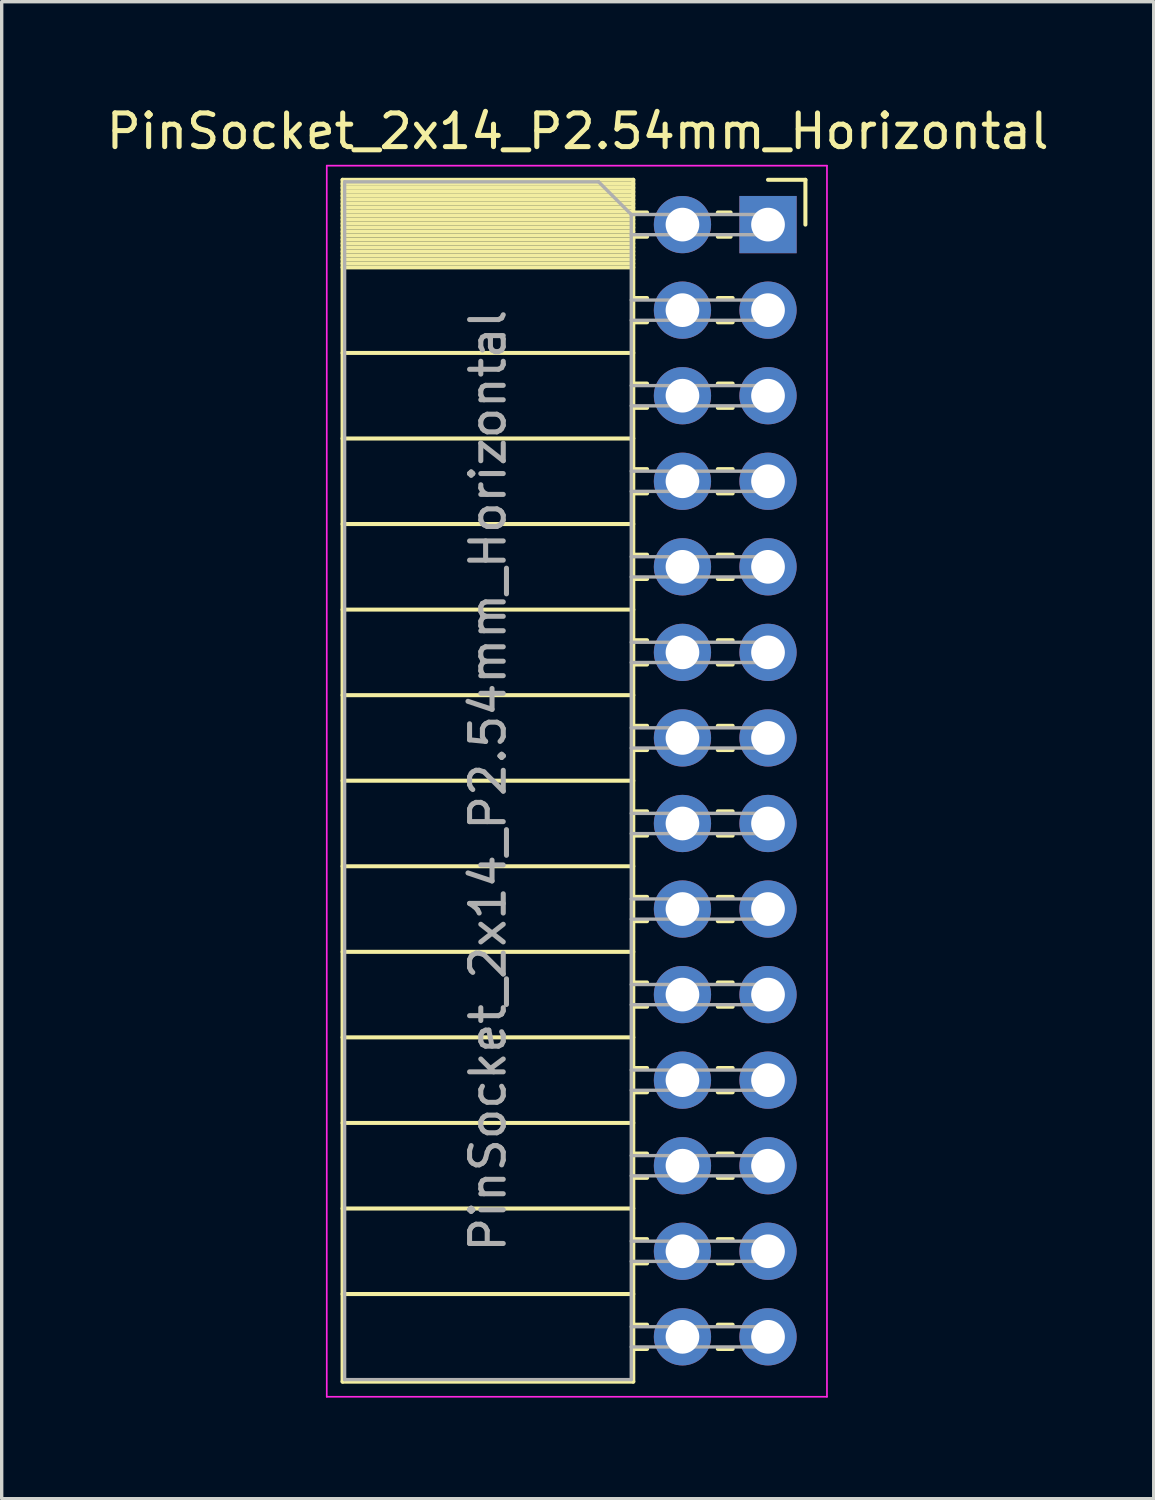
<source format=kicad_pcb>
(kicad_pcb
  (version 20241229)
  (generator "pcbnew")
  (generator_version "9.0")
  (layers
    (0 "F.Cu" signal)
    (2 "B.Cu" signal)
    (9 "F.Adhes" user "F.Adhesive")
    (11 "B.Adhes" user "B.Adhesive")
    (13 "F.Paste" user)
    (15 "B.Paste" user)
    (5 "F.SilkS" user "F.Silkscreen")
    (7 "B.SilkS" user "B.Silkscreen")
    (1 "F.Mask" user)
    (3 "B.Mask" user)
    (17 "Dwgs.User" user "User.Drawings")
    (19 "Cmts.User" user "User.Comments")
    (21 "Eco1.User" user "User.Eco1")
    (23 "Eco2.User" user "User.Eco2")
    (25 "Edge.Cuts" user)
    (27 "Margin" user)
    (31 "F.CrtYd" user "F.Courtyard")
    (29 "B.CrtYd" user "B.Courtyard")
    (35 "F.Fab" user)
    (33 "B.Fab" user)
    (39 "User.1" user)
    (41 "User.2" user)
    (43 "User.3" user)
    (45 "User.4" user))
  (footprint "PinSocket_2x14_P2.54mm_Horizontal"
    (layer "F.Cu")
    (at 19.751 3.618)
    (property "Reference" "PinSocket_2x14_P2.54mm_Horizontal" (at -5.65 -2.77 0) (layer "F.SilkS") (effects (font (size 1 1) (thickness 0.15))))
    (attr through_hole)
    (fp_line (start -12.63 -1.33) (end -12.63 34.35) (stroke (width 0.12) (type solid)) (layer "F.SilkS"))
    (fp_line (start -12.63 -1.33) (end -4 -1.33) (stroke (width 0.12) (type solid)) (layer "F.SilkS"))
    (fp_line (start -12.63 -1.21) (end -4 -1.21) (stroke (width 0.12) (type solid)) (layer "F.SilkS"))
    (fp_line (start -12.63 -1.092) (end -4 -1.092) (stroke (width 0.12) (type solid)) (layer "F.SilkS"))
    (fp_line (start -12.63 -0.974) (end -4 -0.974) (stroke (width 0.12) (type solid)) (layer "F.SilkS"))
    (fp_line (start -12.63 -0.856) (end -4 -0.856) (stroke (width 0.12) (type solid)) (layer "F.SilkS"))
    (fp_line (start -12.63 -0.738) (end -4 -0.738) (stroke (width 0.12) (type solid)) (layer "F.SilkS"))
    (fp_line (start -12.63 -0.62) (end -4 -0.62) (stroke (width 0.12) (type solid)) (layer "F.SilkS"))
    (fp_line (start -12.63 -0.501) (end -4 -0.501) (stroke (width 0.12) (type solid)) (layer "F.SilkS"))
    (fp_line (start -12.63 -0.383) (end -4 -0.383) (stroke (width 0.12) (type solid)) (layer "F.SilkS"))
    (fp_line (start -12.63 -0.265) (end -4 -0.265) (stroke (width 0.12) (type solid)) (layer "F.SilkS"))
    (fp_line (start -12.63 -0.147) (end -4 -0.147) (stroke (width 0.12) (type solid)) (layer "F.SilkS"))
    (fp_line (start -12.63 -0.029) (end -4 -0.029) (stroke (width 0.12) (type solid)) (layer "F.SilkS"))
    (fp_line (start -12.63 0.089) (end -4 0.089) (stroke (width 0.12) (type solid)) (layer "F.SilkS"))
    (fp_line (start -12.63 0.207) (end -4 0.207) (stroke (width 0.12) (type solid)) (layer "F.SilkS"))
    (fp_line (start -12.63 0.325) (end -4 0.325) (stroke (width 0.12) (type solid)) (layer "F.SilkS"))
    (fp_line (start -12.63 0.443) (end -4 0.443) (stroke (width 0.12) (type solid)) (layer "F.SilkS"))
    (fp_line (start -12.63 0.561) (end -4 0.561) (stroke (width 0.12) (type solid)) (layer "F.SilkS"))
    (fp_line (start -12.63 0.68) (end -4 0.68) (stroke (width 0.12) (type solid)) (layer "F.SilkS"))
    (fp_line (start -12.63 0.798) (end -4 0.798) (stroke (width 0.12) (type solid)) (layer "F.SilkS"))
    (fp_line (start -12.63 0.916) (end -4 0.916) (stroke (width 0.12) (type solid)) (layer "F.SilkS"))
    (fp_line (start -12.63 1.034) (end -4 1.034) (stroke (width 0.12) (type solid)) (layer "F.SilkS"))
    (fp_line (start -12.63 1.152) (end -4 1.152) (stroke (width 0.12) (type solid)) (layer "F.SilkS"))
    (fp_line (start -12.63 1.27) (end -4 1.27) (stroke (width 0.12) (type solid)) (layer "F.SilkS"))
    (fp_line (start -12.63 3.81) (end -4 3.81) (stroke (width 0.12) (type solid)) (layer "F.SilkS"))
    (fp_line (start -12.63 6.35) (end -4 6.35) (stroke (width 0.12) (type solid)) (layer "F.SilkS"))
    (fp_line (start -12.63 8.89) (end -4 8.89) (stroke (width 0.12) (type solid)) (layer "F.SilkS"))
    (fp_line (start -12.63 11.43) (end -4 11.43) (stroke (width 0.12) (type solid)) (layer "F.SilkS"))
    (fp_line (start -12.63 13.97) (end -4 13.97) (stroke (width 0.12) (type solid)) (layer "F.SilkS"))
    (fp_line (start -12.63 16.51) (end -4 16.51) (stroke (width 0.12) (type solid)) (layer "F.SilkS"))
    (fp_line (start -12.63 19.05) (end -4 19.05) (stroke (width 0.12) (type solid)) (layer "F.SilkS"))
    (fp_line (start -12.63 21.59) (end -4 21.59) (stroke (width 0.12) (type solid)) (layer "F.SilkS"))
    (fp_line (start -12.63 24.13) (end -4 24.13) (stroke (width 0.12) (type solid)) (layer "F.SilkS"))
    (fp_line (start -12.63 26.67) (end -4 26.67) (stroke (width 0.12) (type solid)) (layer "F.SilkS"))
    (fp_line (start -12.63 29.21) (end -4 29.21) (stroke (width 0.12) (type solid)) (layer "F.SilkS"))
    (fp_line (start -12.63 31.75) (end -4 31.75) (stroke (width 0.12) (type solid)) (layer "F.SilkS"))
    (fp_line (start -12.63 34.35) (end -4 34.35) (stroke (width 0.12) (type solid)) (layer "F.SilkS"))
    (fp_line (start -4 -1.33) (end -4 34.35) (stroke (width 0.12) (type solid)) (layer "F.SilkS"))
    (fp_line (start -4 -0.36) (end -3.59 -0.36) (stroke (width 0.12) (type solid)) (layer "F.SilkS"))
    (fp_line (start -4 0.36) (end -3.59 0.36) (stroke (width 0.12) (type solid)) (layer "F.SilkS"))
    (fp_line (start -4 2.18) (end -3.59 2.18) (stroke (width 0.12) (type solid)) (layer "F.SilkS"))
    (fp_line (start -4 2.9) (end -3.59 2.9) (stroke (width 0.12) (type solid)) (layer "F.SilkS"))
    (fp_line (start -4 4.72) (end -3.59 4.72) (stroke (width 0.12) (type solid)) (layer "F.SilkS"))
    (fp_line (start -4 5.44) (end -3.59 5.44) (stroke (width 0.12) (type solid)) (layer "F.SilkS"))
    (fp_line (start -4 7.26) (end -3.59 7.26) (stroke (width 0.12) (type solid)) (layer "F.SilkS"))
    (fp_line (start -4 7.98) (end -3.59 7.98) (stroke (width 0.12) (type solid)) (layer "F.SilkS"))
    (fp_line (start -4 9.8) (end -3.59 9.8) (stroke (width 0.12) (type solid)) (layer "F.SilkS"))
    (fp_line (start -4 10.52) (end -3.59 10.52) (stroke (width 0.12) (type solid)) (layer "F.SilkS"))
    (fp_line (start -4 12.34) (end -3.59 12.34) (stroke (width 0.12) (type solid)) (layer "F.SilkS"))
    (fp_line (start -4 13.06) (end -3.59 13.06) (stroke (width 0.12) (type solid)) (layer "F.SilkS"))
    (fp_line (start -4 14.88) (end -3.59 14.88) (stroke (width 0.12) (type solid)) (layer "F.SilkS"))
    (fp_line (start -4 15.6) (end -3.59 15.6) (stroke (width 0.12) (type solid)) (layer "F.SilkS"))
    (fp_line (start -4 17.42) (end -3.59 17.42) (stroke (width 0.12) (type solid)) (layer "F.SilkS"))
    (fp_line (start -4 18.14) (end -3.59 18.14) (stroke (width 0.12) (type solid)) (layer "F.SilkS"))
    (fp_line (start -4 19.96) (end -3.59 19.96) (stroke (width 0.12) (type solid)) (layer "F.SilkS"))
    (fp_line (start -4 20.68) (end -3.59 20.68) (stroke (width 0.12) (type solid)) (layer "F.SilkS"))
    (fp_line (start -4 22.5) (end -3.59 22.5) (stroke (width 0.12) (type solid)) (layer "F.SilkS"))
    (fp_line (start -4 23.22) (end -3.59 23.22) (stroke (width 0.12) (type solid)) (layer "F.SilkS"))
    (fp_line (start -4 25.04) (end -3.59 25.04) (stroke (width 0.12) (type solid)) (layer "F.SilkS"))
    (fp_line (start -4 25.76) (end -3.59 25.76) (stroke (width 0.12) (type solid)) (layer "F.SilkS"))
    (fp_line (start -4 27.58) (end -3.59 27.58) (stroke (width 0.12) (type solid)) (layer "F.SilkS"))
    (fp_line (start -4 28.3) (end -3.59 28.3) (stroke (width 0.12) (type solid)) (layer "F.SilkS"))
    (fp_line (start -4 30.12) (end -3.59 30.12) (stroke (width 0.12) (type solid)) (layer "F.SilkS"))
    (fp_line (start -4 30.84) (end -3.59 30.84) (stroke (width 0.12) (type solid)) (layer "F.SilkS"))
    (fp_line (start -4 32.66) (end -3.59 32.66) (stroke (width 0.12) (type solid)) (layer "F.SilkS"))
    (fp_line (start -4 33.38) (end -3.59 33.38) (stroke (width 0.12) (type solid)) (layer "F.SilkS"))
    (fp_line (start -1.49 -0.36) (end -1.11 -0.36) (stroke (width 0.12) (type solid)) (layer "F.SilkS"))
    (fp_line (start -1.49 0.36) (end -1.11 0.36) (stroke (width 0.12) (type solid)) (layer "F.SilkS"))
    (fp_line (start -1.49 2.18) (end -1.05 2.18) (stroke (width 0.12) (type solid)) (layer "F.SilkS"))
    (fp_line (start -1.49 2.9) (end -1.05 2.9) (stroke (width 0.12) (type solid)) (layer "F.SilkS"))
    (fp_line (start -1.49 4.72) (end -1.05 4.72) (stroke (width 0.12) (type solid)) (layer "F.SilkS"))
    (fp_line (start -1.49 5.44) (end -1.05 5.44) (stroke (width 0.12) (type solid)) (layer "F.SilkS"))
    (fp_line (start -1.49 7.26) (end -1.05 7.26) (stroke (width 0.12) (type solid)) (layer "F.SilkS"))
    (fp_line (start -1.49 7.98) (end -1.05 7.98) (stroke (width 0.12) (type solid)) (layer "F.SilkS"))
    (fp_line (start -1.49 9.8) (end -1.05 9.8) (stroke (width 0.12) (type solid)) (layer "F.SilkS"))
    (fp_line (start -1.49 10.52) (end -1.05 10.52) (stroke (width 0.12) (type solid)) (layer "F.SilkS"))
    (fp_line (start -1.49 12.34) (end -1.05 12.34) (stroke (width 0.12) (type solid)) (layer "F.SilkS"))
    (fp_line (start -1.49 13.06) (end -1.05 13.06) (stroke (width 0.12) (type solid)) (layer "F.SilkS"))
    (fp_line (start -1.49 14.88) (end -1.05 14.88) (stroke (width 0.12) (type solid)) (layer "F.SilkS"))
    (fp_line (start -1.49 15.6) (end -1.05 15.6) (stroke (width 0.12) (type solid)) (layer "F.SilkS"))
    (fp_line (start -1.49 17.42) (end -1.05 17.42) (stroke (width 0.12) (type solid)) (layer "F.SilkS"))
    (fp_line (start -1.49 18.14) (end -1.05 18.14) (stroke (width 0.12) (type solid)) (layer "F.SilkS"))
    (fp_line (start -1.49 19.96) (end -1.05 19.96) (stroke (width 0.12) (type solid)) (layer "F.SilkS"))
    (fp_line (start -1.49 20.68) (end -1.05 20.68) (stroke (width 0.12) (type solid)) (layer "F.SilkS"))
    (fp_line (start -1.49 22.5) (end -1.05 22.5) (stroke (width 0.12) (type solid)) (layer "F.SilkS"))
    (fp_line (start -1.49 23.22) (end -1.05 23.22) (stroke (width 0.12) (type solid)) (layer "F.SilkS"))
    (fp_line (start -1.49 25.04) (end -1.05 25.04) (stroke (width 0.12) (type solid)) (layer "F.SilkS"))
    (fp_line (start -1.49 25.76) (end -1.05 25.76) (stroke (width 0.12) (type solid)) (layer "F.SilkS"))
    (fp_line (start -1.49 27.58) (end -1.05 27.58) (stroke (width 0.12) (type solid)) (layer "F.SilkS"))
    (fp_line (start -1.49 28.3) (end -1.05 28.3) (stroke (width 0.12) (type solid)) (layer "F.SilkS"))
    (fp_line (start -1.49 30.12) (end -1.05 30.12) (stroke (width 0.12) (type solid)) (layer "F.SilkS"))
    (fp_line (start -1.49 30.84) (end -1.05 30.84) (stroke (width 0.12) (type solid)) (layer "F.SilkS"))
    (fp_line (start -1.49 32.66) (end -1.05 32.66) (stroke (width 0.12) (type solid)) (layer "F.SilkS"))
    (fp_line (start -1.49 33.38) (end -1.05 33.38) (stroke (width 0.12) (type solid)) (layer "F.SilkS"))
    (fp_line (start 0 -1.33) (end 1.11 -1.33) (stroke (width 0.12) (type solid)) (layer "F.SilkS"))
    (fp_line (start 1.11 -1.33) (end 1.11 0) (stroke (width 0.12) (type solid)) (layer "F.SilkS"))
    (fp_line (start -13.1 -1.75) (end -13.1 34.8) (stroke (width 0.05) (type solid)) (layer "F.CrtYd"))
    (fp_line (start -13.1 34.8) (end 1.75 34.8) (stroke (width 0.05) (type solid)) (layer "F.CrtYd"))
    (fp_line (start 1.75 -1.75) (end -13.1 -1.75) (stroke (width 0.05) (type solid)) (layer "F.CrtYd"))
    (fp_line (start 1.75 34.8) (end 1.75 -1.75) (stroke (width 0.05) (type solid)) (layer "F.CrtYd"))
    (fp_line (start -12.57 -1.27) (end -5.03 -1.27) (stroke (width 0.1) (type solid)) (layer "F.Fab"))
    (fp_line (start -12.57 34.29) (end -12.57 -1.27) (stroke (width 0.1) (type solid)) (layer "F.Fab"))
    (fp_line (start -5.03 -1.27) (end -4.06 -0.3) (stroke (width 0.1) (type solid)) (layer "F.Fab"))
    (fp_line (start -4.06 -0.3) (end -4.06 34.29) (stroke (width 0.1) (type solid)) (layer "F.Fab"))
    (fp_line (start -4.06 0.3) (end 0 0.3) (stroke (width 0.1) (type solid)) (layer "F.Fab"))
    (fp_line (start -4.06 2.84) (end 0 2.84) (stroke (width 0.1) (type solid)) (layer "F.Fab"))
    (fp_line (start -4.06 5.38) (end 0 5.38) (stroke (width 0.1) (type solid)) (layer "F.Fab"))
    (fp_line (start -4.06 7.92) (end 0 7.92) (stroke (width 0.1) (type solid)) (layer "F.Fab"))
    (fp_line (start -4.06 10.46) (end 0 10.46) (stroke (width 0.1) (type solid)) (layer "F.Fab"))
    (fp_line (start -4.06 13) (end 0 13) (stroke (width 0.1) (type solid)) (layer "F.Fab"))
    (fp_line (start -4.06 15.54) (end 0 15.54) (stroke (width 0.1) (type solid)) (layer "F.Fab"))
    (fp_line (start -4.06 18.08) (end 0 18.08) (stroke (width 0.1) (type solid)) (layer "F.Fab"))
    (fp_line (start -4.06 20.62) (end 0 20.62) (stroke (width 0.1) (type solid)) (layer "F.Fab"))
    (fp_line (start -4.06 23.16) (end 0 23.16) (stroke (width 0.1) (type solid)) (layer "F.Fab"))
    (fp_line (start -4.06 25.7) (end 0 25.7) (stroke (width 0.1) (type solid)) (layer "F.Fab"))
    (fp_line (start -4.06 28.24) (end 0 28.24) (stroke (width 0.1) (type solid)) (layer "F.Fab"))
    (fp_line (start -4.06 30.78) (end 0 30.78) (stroke (width 0.1) (type solid)) (layer "F.Fab"))
    (fp_line (start -4.06 33.32) (end 0 33.32) (stroke (width 0.1) (type solid)) (layer "F.Fab"))
    (fp_line (start -4.06 34.29) (end -12.57 34.29) (stroke (width 0.1) (type solid)) (layer "F.Fab"))
    (fp_line (start 0 -0.3) (end -4.06 -0.3) (stroke (width 0.1) (type solid)) (layer "F.Fab"))
    (fp_line (start 0 0.3) (end 0 -0.3) (stroke (width 0.1) (type solid)) (layer "F.Fab"))
    (fp_line (start 0 2.24) (end -4.06 2.24) (stroke (width 0.1) (type solid)) (layer "F.Fab"))
    (fp_line (start 0 2.84) (end 0 2.24) (stroke (width 0.1) (type solid)) (layer "F.Fab"))
    (fp_line (start 0 4.78) (end -4.06 4.78) (stroke (width 0.1) (type solid)) (layer "F.Fab"))
    (fp_line (start 0 5.38) (end 0 4.78) (stroke (width 0.1) (type solid)) (layer "F.Fab"))
    (fp_line (start 0 7.32) (end -4.06 7.32) (stroke (width 0.1) (type solid)) (layer "F.Fab"))
    (fp_line (start 0 7.92) (end 0 7.32) (stroke (width 0.1) (type solid)) (layer "F.Fab"))
    (fp_line (start 0 9.86) (end -4.06 9.86) (stroke (width 0.1) (type solid)) (layer "F.Fab"))
    (fp_line (start 0 10.46) (end 0 9.86) (stroke (width 0.1) (type solid)) (layer "F.Fab"))
    (fp_line (start 0 12.4) (end -4.06 12.4) (stroke (width 0.1) (type solid)) (layer "F.Fab"))
    (fp_line (start 0 13) (end 0 12.4) (stroke (width 0.1) (type solid)) (layer "F.Fab"))
    (fp_line (start 0 14.94) (end -4.06 14.94) (stroke (width 0.1) (type solid)) (layer "F.Fab"))
    (fp_line (start 0 15.54) (end 0 14.94) (stroke (width 0.1) (type solid)) (layer "F.Fab"))
    (fp_line (start 0 17.48) (end -4.06 17.48) (stroke (width 0.1) (type solid)) (layer "F.Fab"))
    (fp_line (start 0 18.08) (end 0 17.48) (stroke (width 0.1) (type solid)) (layer "F.Fab"))
    (fp_line (start 0 20.02) (end -4.06 20.02) (stroke (width 0.1) (type solid)) (layer "F.Fab"))
    (fp_line (start 0 20.62) (end 0 20.02) (stroke (width 0.1) (type solid)) (layer "F.Fab"))
    (fp_line (start 0 22.56) (end -4.06 22.56) (stroke (width 0.1) (type solid)) (layer "F.Fab"))
    (fp_line (start 0 23.16) (end 0 22.56) (stroke (width 0.1) (type solid)) (layer "F.Fab"))
    (fp_line (start 0 25.1) (end -4.06 25.1) (stroke (width 0.1) (type solid)) (layer "F.Fab"))
    (fp_line (start 0 25.7) (end 0 25.1) (stroke (width 0.1) (type solid)) (layer "F.Fab"))
    (fp_line (start 0 27.64) (end -4.06 27.64) (stroke (width 0.1) (type solid)) (layer "F.Fab"))
    (fp_line (start 0 28.24) (end 0 27.64) (stroke (width 0.1) (type solid)) (layer "F.Fab"))
    (fp_line (start 0 30.18) (end -4.06 30.18) (stroke (width 0.1) (type solid)) (layer "F.Fab"))
    (fp_line (start 0 30.78) (end 0 30.18) (stroke (width 0.1) (type solid)) (layer "F.Fab"))
    (fp_line (start 0 32.72) (end -4.06 32.72) (stroke (width 0.1) (type solid)) (layer "F.Fab"))
    (fp_line (start 0 33.32) (end 0 32.72) (stroke (width 0.1) (type solid)) (layer "F.Fab"))
    (fp_text user "${REFERENCE}" (at -8.315 16.51 90) (layer "F.Fab") (effects (font (size 1 1) (thickness 0.15))))
    (pad "1" thru_hole rect (at 0 0) (size 1.7 1.7) (drill 1) (layers "*.Cu" "*.Mask"))
    (pad "2" thru_hole circle (at -2.54 0) (size 1.7 1.7) (drill 1) (layers "*.Cu" "*.Mask"))
    (pad "3" thru_hole circle (at 0 2.54) (size 1.7 1.7) (drill 1) (layers "*.Cu" "*.Mask"))
    (pad "4" thru_hole circle (at -2.54 2.54) (size 1.7 1.7) (drill 1) (layers "*.Cu" "*.Mask"))
    (pad "5" thru_hole circle (at 0 5.08) (size 1.7 1.7) (drill 1) (layers "*.Cu" "*.Mask"))
    (pad "6" thru_hole circle (at -2.54 5.08) (size 1.7 1.7) (drill 1) (layers "*.Cu" "*.Mask"))
    (pad "7" thru_hole circle (at 0 7.62) (size 1.7 1.7) (drill 1) (layers "*.Cu" "*.Mask"))
    (pad "8" thru_hole circle (at -2.54 7.62) (size 1.7 1.7) (drill 1) (layers "*.Cu" "*.Mask"))
    (pad "9" thru_hole circle (at 0 10.16) (size 1.7 1.7) (drill 1) (layers "*.Cu" "*.Mask"))
    (pad "10" thru_hole circle (at -2.54 10.16) (size 1.7 1.7) (drill 1) (layers "*.Cu" "*.Mask"))
    (pad "11" thru_hole circle (at 0 12.7) (size 1.7 1.7) (drill 1) (layers "*.Cu" "*.Mask"))
    (pad "12" thru_hole circle (at -2.54 12.7) (size 1.7 1.7) (drill 1) (layers "*.Cu" "*.Mask"))
    (pad "13" thru_hole circle (at 0 15.24) (size 1.7 1.7) (drill 1) (layers "*.Cu" "*.Mask"))
    (pad "14" thru_hole circle (at -2.54 15.24) (size 1.7 1.7) (drill 1) (layers "*.Cu" "*.Mask"))
    (pad "15" thru_hole circle (at 0 17.78) (size 1.7 1.7) (drill 1) (layers "*.Cu" "*.Mask"))
    (pad "16" thru_hole circle (at -2.54 17.78) (size 1.7 1.7) (drill 1) (layers "*.Cu" "*.Mask"))
    (pad "17" thru_hole circle (at 0 20.32) (size 1.7 1.7) (drill 1) (layers "*.Cu" "*.Mask"))
    (pad "18" thru_hole circle (at -2.54 20.32) (size 1.7 1.7) (drill 1) (layers "*.Cu" "*.Mask"))
    (pad "19" thru_hole circle (at 0 22.86) (size 1.7 1.7) (drill 1) (layers "*.Cu" "*.Mask"))
    (pad "20" thru_hole circle (at -2.54 22.86) (size 1.7 1.7) (drill 1) (layers "*.Cu" "*.Mask"))
    (pad "21" thru_hole circle (at 0 25.4) (size 1.7 1.7) (drill 1) (layers "*.Cu" "*.Mask"))
    (pad "22" thru_hole circle (at -2.54 25.4) (size 1.7 1.7) (drill 1) (layers "*.Cu" "*.Mask"))
    (pad "23" thru_hole circle (at 0 27.94) (size 1.7 1.7) (drill 1) (layers "*.Cu" "*.Mask"))
    (pad "24" thru_hole circle (at -2.54 27.94) (size 1.7 1.7) (drill 1) (layers "*.Cu" "*.Mask"))
    (pad "25" thru_hole circle (at 0 30.48) (size 1.7 1.7) (drill 1) (layers "*.Cu" "*.Mask"))
    (pad "26" thru_hole circle (at -2.54 30.48) (size 1.7 1.7) (drill 1) (layers "*.Cu" "*.Mask"))
    (pad "27" thru_hole circle (at 0 33.02) (size 1.7 1.7) (drill 1) (layers "*.Cu" "*.Mask"))
    (pad "28" thru_hole circle (at -2.54 33.02) (size 1.7 1.7) (drill 1) (layers "*.Cu" "*.Mask")))
  (gr_rect
    (start -3 -3)
    (end 31.202 41.443)
    (stroke (width 0.1) (type default))
    (fill no)
    (layer "Edge.Cuts")))
</source>
